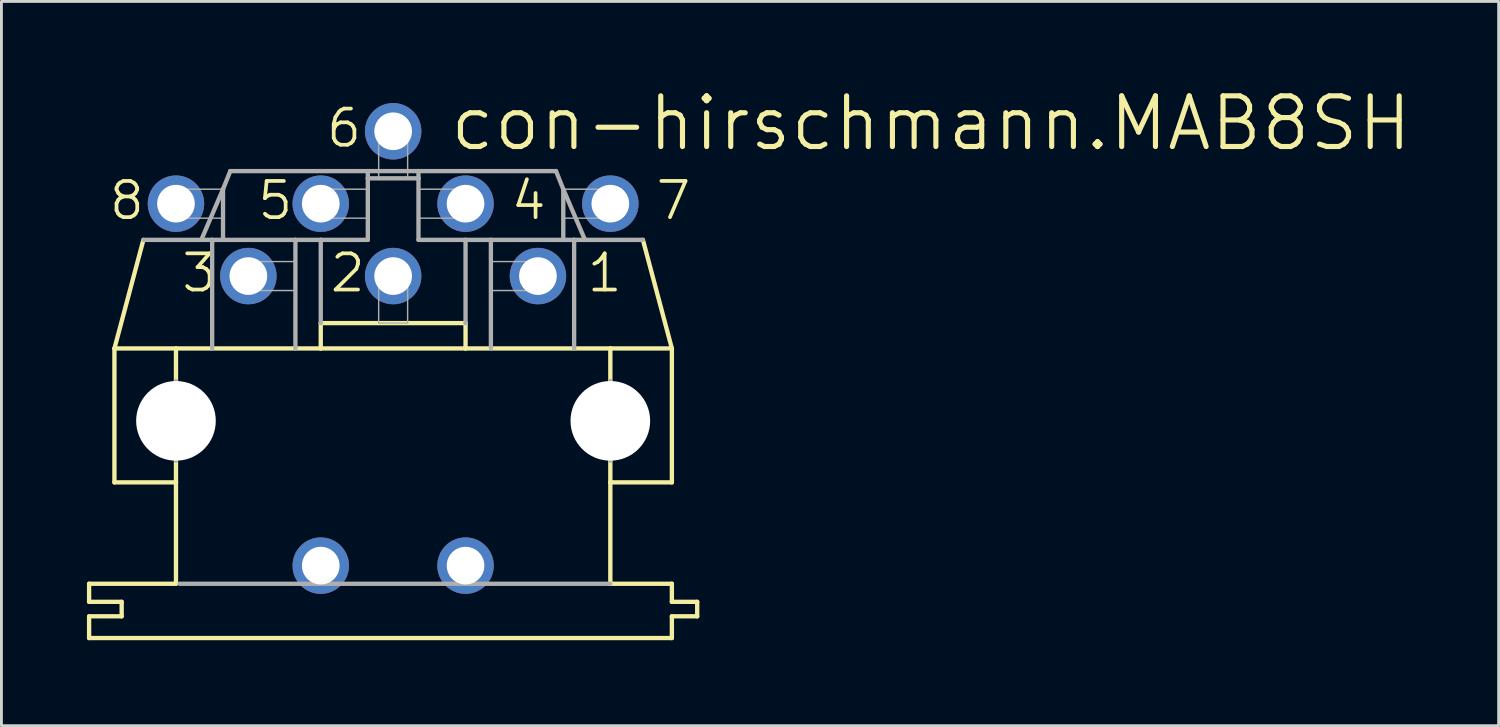
<source format=kicad_pcb>
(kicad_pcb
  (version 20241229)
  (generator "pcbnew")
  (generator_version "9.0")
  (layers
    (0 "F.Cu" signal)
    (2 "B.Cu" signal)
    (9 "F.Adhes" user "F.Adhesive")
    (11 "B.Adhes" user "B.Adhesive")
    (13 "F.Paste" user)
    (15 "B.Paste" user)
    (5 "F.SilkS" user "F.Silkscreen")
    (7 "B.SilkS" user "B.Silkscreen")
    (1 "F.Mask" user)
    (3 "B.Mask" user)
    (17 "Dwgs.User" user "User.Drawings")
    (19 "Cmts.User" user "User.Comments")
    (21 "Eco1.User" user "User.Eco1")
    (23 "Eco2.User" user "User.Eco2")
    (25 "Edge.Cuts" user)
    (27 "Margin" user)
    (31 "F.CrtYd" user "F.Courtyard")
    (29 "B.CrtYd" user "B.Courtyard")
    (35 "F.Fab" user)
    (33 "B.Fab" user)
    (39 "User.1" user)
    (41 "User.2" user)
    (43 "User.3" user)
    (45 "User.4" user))
  (footprint "con-hirschmann.MAB8SH"
    (layer "F.Cu")
    (at 10.744 11.716)
    (property "Reference" "con-hirschmann.MAB8SH" (at 1.905 -9.398 0) (layer "F.SilkS") (effects (font (size 1.778 1.778) (thickness 0.18)) (justify left bottom)))
    (attr through_hole)
    (fp_line (start -10.668 6.35) (end -10.668 5.715) (stroke (width 0.152) (type default)) (layer "F.SilkS"))
    (fp_line (start -10.668 6.35) (end -9.525 6.35) (stroke (width 0.152) (type default)) (layer "F.SilkS"))
    (fp_line (start -10.668 7.62) (end -10.668 6.858) (stroke (width 0.152) (type default)) (layer "F.SilkS"))
    (fp_line (start -10.668 7.62) (end 9.779 7.62) (stroke (width 0.152) (type default)) (layer "F.SilkS"))
    (fp_line (start -9.779 2.159) (end -9.779 -2.54) (stroke (width 0.152) (type default)) (layer "F.SilkS"))
    (fp_line (start -9.779 2.159) (end -7.62 2.159) (stroke (width 0.152) (type default)) (layer "F.SilkS"))
    (fp_line (start -9.525 6.858) (end -10.668 6.858) (stroke (width 0.152) (type default)) (layer "F.SilkS"))
    (fp_line (start -9.525 6.858) (end -9.525 6.35) (stroke (width 0.152) (type default)) (layer "F.SilkS"))
    (fp_line (start -8.763 -6.35) (end -9.779 -2.54) (stroke (width 0.152) (type default)) (layer "F.SilkS"))
    (fp_line (start -7.62 -2.54) (end -9.779 -2.54) (stroke (width 0.152) (type default)) (layer "F.SilkS"))
    (fp_line (start -7.62 -2.54) (end -7.62 -1.397) (stroke (width 0.152) (type default)) (layer "F.SilkS"))
    (fp_line (start -7.62 2.159) (end -7.62 1.397) (stroke (width 0.152) (type default)) (layer "F.SilkS"))
    (fp_line (start -7.62 5.715) (end -10.668 5.715) (stroke (width 0.152) (type default)) (layer "F.SilkS"))
    (fp_line (start -7.62 5.715) (end -7.62 2.159) (stroke (width 0.152) (type default)) (layer "F.SilkS"))
    (fp_line (start -2.54 -3.429) (end -2.54 -2.54) (stroke (width 0.152) (type default)) (layer "F.SilkS"))
    (fp_line (start -2.54 -3.429) (end 2.54 -3.429) (stroke (width 0.152) (type default)) (layer "F.SilkS"))
    (fp_line (start -2.54 -2.54) (end -7.62 -2.54) (stroke (width 0.152) (type default)) (layer "F.SilkS"))
    (fp_line (start 2.54 -3.429) (end 2.54 -2.54) (stroke (width 0.152) (type default)) (layer "F.SilkS"))
    (fp_line (start 2.54 -2.54) (end -2.54 -2.54) (stroke (width 0.152) (type default)) (layer "F.SilkS"))
    (fp_line (start 7.62 -2.54) (end 2.54 -2.54) (stroke (width 0.152) (type default)) (layer "F.SilkS"))
    (fp_line (start 7.62 -2.54) (end 7.62 -1.397) (stroke (width 0.152) (type default)) (layer "F.SilkS"))
    (fp_line (start 7.62 2.159) (end 7.62 1.397) (stroke (width 0.152) (type default)) (layer "F.SilkS"))
    (fp_line (start 7.62 5.715) (end 7.62 2.159) (stroke (width 0.152) (type default)) (layer "F.SilkS"))
    (fp_line (start 8.763 -6.35) (end 9.779 -2.54) (stroke (width 0.152) (type default)) (layer "F.SilkS"))
    (fp_line (start 9.779 -2.54) (end 7.62 -2.54) (stroke (width 0.152) (type default)) (layer "F.SilkS"))
    (fp_line (start 9.779 2.159) (end 7.62 2.159) (stroke (width 0.152) (type default)) (layer "F.SilkS"))
    (fp_line (start 9.779 2.159) (end 9.779 -2.54) (stroke (width 0.152) (type default)) (layer "F.SilkS"))
    (fp_line (start 9.779 5.715) (end 7.62 5.715) (stroke (width 0.152) (type default)) (layer "F.SilkS"))
    (fp_line (start 9.779 5.715) (end 9.779 6.35) (stroke (width 0.152) (type default)) (layer "F.SilkS"))
    (fp_line (start 9.779 7.62) (end 9.779 6.858) (stroke (width 0.152) (type default)) (layer "F.SilkS"))
    (fp_line (start 10.668 6.35) (end 9.779 6.35) (stroke (width 0.152) (type default)) (layer "F.SilkS"))
    (fp_line (start 10.668 6.858) (end 9.779 6.858) (stroke (width 0.152) (type default)) (layer "F.SilkS"))
    (fp_line (start 10.668 6.858) (end 10.668 6.35) (stroke (width 0.152) (type default)) (layer "F.SilkS"))
    (fp_line (start -8.763 -6.35) (end -6.731 -6.35) (stroke (width 0.152) (type default)) (layer "F.Fab"))
    (fp_line (start -7.62 -1.397) (end -7.62 1.397) (stroke (width 0.152) (type default)) (layer "F.Fab"))
    (fp_line (start -7.493 5.715) (end 7.62 5.715) (stroke (width 0.152) (type default)) (layer "F.Fab"))
    (fp_line (start -6.731 -6.35) (end -5.969 -8.128) (stroke (width 0.152) (type default)) (layer "F.Fab"))
    (fp_line (start -6.35 -6.35) (end -6.731 -6.35) (stroke (width 0.152) (type default)) (layer "F.Fab"))
    (fp_line (start -6.35 -6.35) (end -6.35 -2.54) (stroke (width 0.152) (type default)) (layer "F.Fab"))
    (fp_line (start -5.969 -8.128) (end -5.969 -6.35) (stroke (width 0.152) (type default)) (layer "F.Fab"))
    (fp_line (start -5.969 -8.128) (end -5.715 -8.763) (stroke (width 0.152) (type default)) (layer "F.Fab"))
    (fp_line (start -5.969 -6.35) (end -6.35 -6.35) (stroke (width 0.152) (type default)) (layer "F.Fab"))
    (fp_line (start -3.429 -6.35) (end -5.969 -6.35) (stroke (width 0.152) (type default)) (layer "F.Fab"))
    (fp_line (start -3.429 -6.35) (end -3.429 -2.54) (stroke (width 0.152) (type default)) (layer "F.Fab"))
    (fp_line (start -2.54 -6.35) (end -3.429 -6.35) (stroke (width 0.152) (type default)) (layer "F.Fab"))
    (fp_line (start -2.54 -6.35) (end -2.54 -3.429) (stroke (width 0.152) (type default)) (layer "F.Fab"))
    (fp_line (start -2.54 -6.35) (end -0.889 -6.35) (stroke (width 0.152) (type default)) (layer "F.Fab"))
    (fp_line (start -0.889 -8.763) (end -5.715 -8.763) (stroke (width 0.152) (type default)) (layer "F.Fab"))
    (fp_line (start -0.889 -8.509) (end -0.889 -8.763) (stroke (width 0.152) (type default)) (layer "F.Fab"))
    (fp_line (start -0.889 -8.509) (end 0.889 -8.509) (stroke (width 0.152) (type default)) (layer "F.Fab"))
    (fp_line (start -0.889 -6.35) (end -0.889 -8.509) (stroke (width 0.152) (type default)) (layer "F.Fab"))
    (fp_line (start 0.889 -8.763) (end -0.889 -8.763) (stroke (width 0.152) (type default)) (layer "F.Fab"))
    (fp_line (start 0.889 -8.763) (end 0.889 -8.509) (stroke (width 0.152) (type default)) (layer "F.Fab"))
    (fp_line (start 0.889 -8.509) (end 0.889 -6.35) (stroke (width 0.152) (type default)) (layer "F.Fab"))
    (fp_line (start 2.54 -6.35) (end 0.889 -6.35) (stroke (width 0.152) (type default)) (layer "F.Fab"))
    (fp_line (start 2.54 -6.35) (end 2.54 -3.429) (stroke (width 0.152) (type default)) (layer "F.Fab"))
    (fp_line (start 3.429 -6.35) (end 2.54 -6.35) (stroke (width 0.152) (type default)) (layer "F.Fab"))
    (fp_line (start 3.429 -6.35) (end 3.429 -2.54) (stroke (width 0.152) (type default)) (layer "F.Fab"))
    (fp_line (start 5.715 -8.763) (end 0.889 -8.763) (stroke (width 0.152) (type default)) (layer "F.Fab"))
    (fp_line (start 5.715 -8.763) (end 5.969 -8.128) (stroke (width 0.152) (type default)) (layer "F.Fab"))
    (fp_line (start 5.969 -8.128) (end 5.969 -6.35) (stroke (width 0.152) (type default)) (layer "F.Fab"))
    (fp_line (start 5.969 -8.128) (end 6.731 -6.35) (stroke (width 0.152) (type default)) (layer "F.Fab"))
    (fp_line (start 5.969 -6.35) (end 3.429 -6.35) (stroke (width 0.152) (type default)) (layer "F.Fab"))
    (fp_line (start 6.35 -6.35) (end 5.969 -6.35) (stroke (width 0.152) (type default)) (layer "F.Fab"))
    (fp_line (start 6.35 -6.35) (end 6.35 -2.54) (stroke (width 0.152) (type default)) (layer "F.Fab"))
    (fp_line (start 6.731 -6.35) (end 6.35 -6.35) (stroke (width 0.152) (type default)) (layer "F.Fab"))
    (fp_line (start 7.62 -1.397) (end 7.62 1.397) (stroke (width 0.152) (type default)) (layer "F.Fab"))
    (fp_line (start 8.763 -6.35) (end 6.731 -6.35) (stroke (width 0.152) (type default)) (layer "F.Fab"))
    (fp_rect (start -8.001 -7.112) (end -5.969 -8.128) (stroke (width 0.05) (type default)) (fill no) (layer "F.Fab"))
    (fp_rect (start -5.461 -4.572) (end -3.429 -5.588) (stroke (width 0.05) (type default)) (fill no) (layer "F.Fab"))
    (fp_rect (start -2.921 -7.112) (end -0.889 -8.128) (stroke (width 0.05) (type default)) (fill no) (layer "F.Fab"))
    (fp_rect (start -0.508 -8.509) (end 0.508 -10.541) (stroke (width 0.05) (type default)) (fill no) (layer "F.Fab"))
    (fp_rect (start -0.508 -3.429) (end 0.508 -5.461) (stroke (width 0.05) (type default)) (fill no) (layer "F.Fab"))
    (fp_rect (start 0.889 -7.112) (end 2.921 -8.128) (stroke (width 0.05) (type default)) (fill no) (layer "F.Fab"))
    (fp_rect (start 3.429 -4.572) (end 5.461 -5.588) (stroke (width 0.05) (type default)) (fill no) (layer "F.Fab"))
    (fp_rect (start 5.969 -7.112) (end 8.001 -8.128) (stroke (width 0.05) (type default)) (fill no) (layer "F.Fab"))
    (fp_text user "6" (at -2.413 -9.525 0) (layer "F.SilkS") (effects (font (size 1.27 1.27) (thickness 0.13)) (justify left bottom)))
    (fp_text user "7" (at 9.144 -6.985 0) (layer "F.SilkS") (effects (font (size 1.27 1.27) (thickness 0.13)) (justify left bottom)))
    (fp_text user "8" (at -10.033 -6.985 0) (layer "F.SilkS") (effects (font (size 1.27 1.27) (thickness 0.13)) (justify left bottom)))
    (fp_text user "5" (at -4.826 -6.985 0) (layer "F.SilkS") (effects (font (size 1.27 1.27) (thickness 0.13)) (justify left bottom)))
    (fp_text user "3" (at -7.493 -4.445 0) (layer "F.SilkS") (effects (font (size 1.27 1.27) (thickness 0.13)) (justify left bottom)))
    (fp_text user "4" (at 4.064 -6.985 0) (layer "F.SilkS") (effects (font (size 1.27 1.27) (thickness 0.13)) (justify left bottom)))
    (fp_text user "1" (at 6.731 -4.445 0) (layer "F.SilkS") (effects (font (size 1.27 1.27) (thickness 0.13)) (justify left bottom)))
    (fp_text user "2" (at -2.286 -4.445 0) (layer "F.SilkS") (effects (font (size 1.27 1.27) (thickness 0.13)) (justify left bottom)))
    (pad "" np_thru_hole circle (at -7.62 0) (size 2.794 2.794) (drill 2.794) (layers "*.Cu" "*.Mask"))
    (pad "" np_thru_hole circle (at 7.62 0) (size 2.794 2.794) (drill 2.794) (layers "*.Cu" "*.Mask"))
    (pad "1" thru_hole circle (at 5.08 -5.08) (size 1.981 1.981) (drill 1.321) (layers "*.Cu" "*.Mask"))
    (pad "2" thru_hole circle (at 0 -5.08) (size 1.981 1.981) (drill 1.321) (layers "*.Cu" "*.Mask"))
    (pad "3" thru_hole circle (at -5.08 -5.08) (size 1.981 1.981) (drill 1.321) (layers "*.Cu" "*.Mask"))
    (pad "4" thru_hole circle (at 2.54 -7.62) (size 1.981 1.981) (drill 1.321) (layers "*.Cu" "*.Mask"))
    (pad "5" thru_hole circle (at -2.54 -7.62) (size 1.981 1.981) (drill 1.321) (layers "*.Cu" "*.Mask"))
    (pad "6" thru_hole circle (at 0 -10.16) (size 1.981 1.981) (drill 1.321) (layers "*.Cu" "*.Mask"))
    (pad "7" thru_hole circle (at 7.62 -7.62) (size 1.981 1.981) (drill 1.321) (layers "*.Cu" "*.Mask"))
    (pad "8" thru_hole circle (at -7.62 -7.62) (size 1.981 1.981) (drill 1.321) (layers "*.Cu" "*.Mask"))
    (pad "PE" thru_hole circle (at -2.54 5.08) (size 1.981 1.981) (drill 1.321) (layers "*.Cu" "*.Mask"))
    (pad "PE@" thru_hole circle (at 2.54 5.08) (size 1.981 1.981) (drill 1.321) (layers "*.Cu" "*.Mask")))
  (gr_rect
    (start -3 -3)
    (end 49.531 22.412)
    (stroke (width 0.1) (type default))
    (fill no)
    (layer "Edge.Cuts")))
</source>
